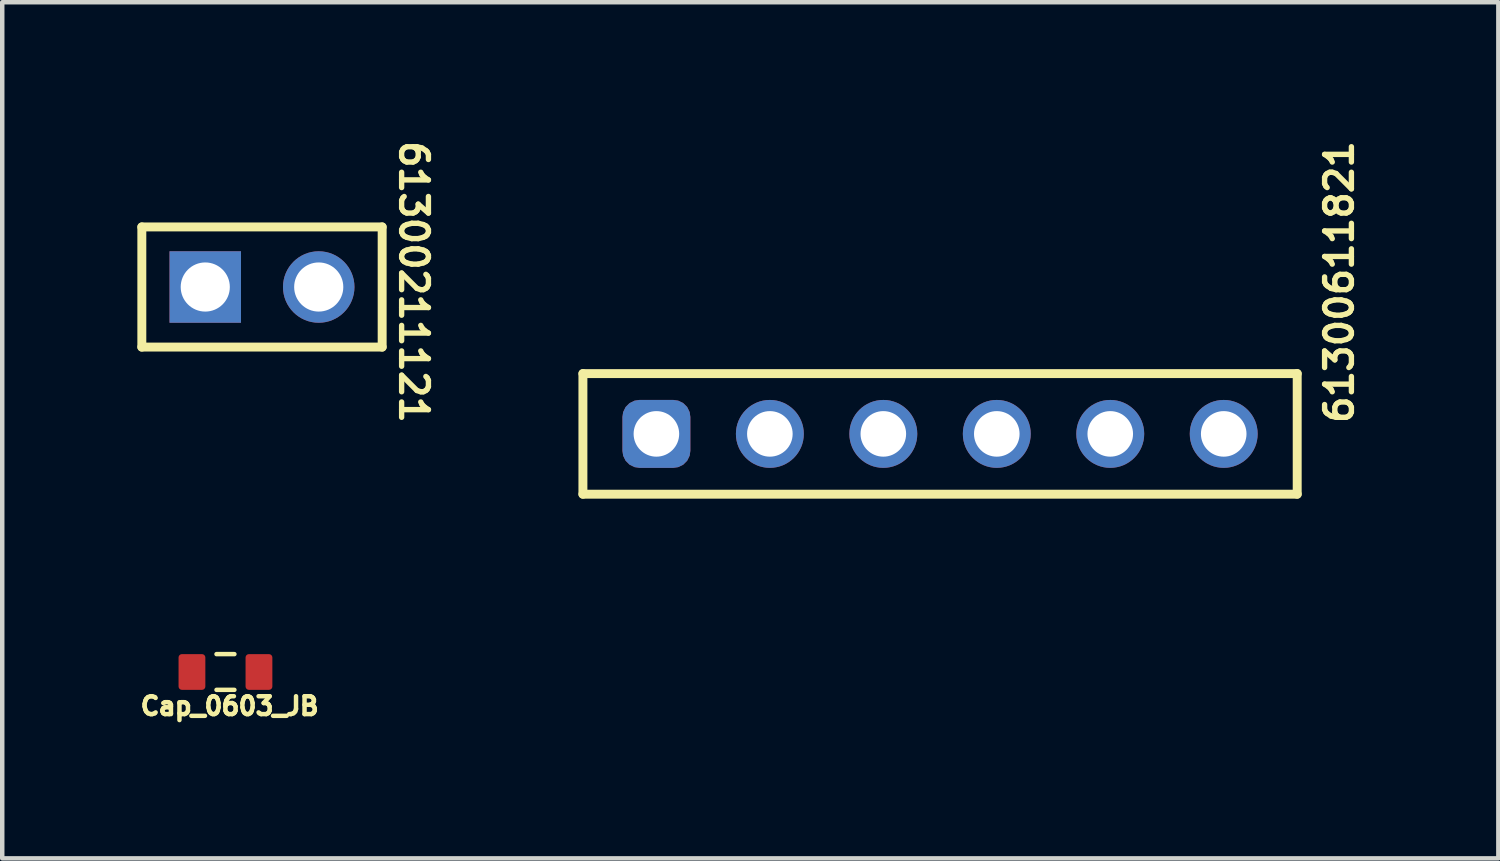
<source format=kicad_pcb>
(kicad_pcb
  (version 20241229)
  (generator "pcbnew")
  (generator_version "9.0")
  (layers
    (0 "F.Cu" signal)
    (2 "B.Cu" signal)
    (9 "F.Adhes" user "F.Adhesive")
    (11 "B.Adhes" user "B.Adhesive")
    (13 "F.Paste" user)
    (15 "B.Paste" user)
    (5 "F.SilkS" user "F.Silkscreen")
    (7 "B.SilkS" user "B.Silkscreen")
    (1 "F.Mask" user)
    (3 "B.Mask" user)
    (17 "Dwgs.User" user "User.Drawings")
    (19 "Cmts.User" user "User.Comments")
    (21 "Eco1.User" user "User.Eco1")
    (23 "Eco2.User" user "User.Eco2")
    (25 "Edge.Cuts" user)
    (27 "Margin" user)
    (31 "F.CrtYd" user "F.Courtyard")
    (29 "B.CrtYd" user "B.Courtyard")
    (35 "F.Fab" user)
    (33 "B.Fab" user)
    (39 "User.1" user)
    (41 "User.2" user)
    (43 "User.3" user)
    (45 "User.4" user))
  (footprint "Cap_0603_JB"
    (layer "F.Cu")
    (at 1.997 11.993)
    (property "Reference" "Cap_0603_JB" (at 0.094 0.763 0) (unlocked yes) (layer "F.SilkS") (effects (font (size 0.4 0.4) (thickness 0.1))))
    (fp_line (start -0.2 -0.4) (end 0.2 -0.4) (stroke (width 0.1) (type solid)) (layer "F.SilkS"))
    (fp_line (start -0.2 0.4) (end 0.2 0.4) (stroke (width 0.1) (type solid)) (layer "F.SilkS"))
    (fp_line (start -1.397 -0.73) (end 1.397 -0.73) (stroke (width 0.05) (type solid)) (layer "User.2"))
    (fp_line (start -1.397 0.73) (end -1.397 -0.73) (stroke (width 0.05) (type solid)) (layer "User.2"))
    (fp_line (start -1.397 0.73) (end 1.397 0.73) (stroke (width 0.05) (type solid)) (layer "User.2"))
    (fp_line (start 1.397 0.73) (end 1.397 -0.73) (stroke (width 0.05) (type solid)) (layer "User.2"))
    (fp_line (start -0.25 0) (end 0.25 0) (stroke (width 0.05) (type solid)) (layer "User.3"))
    (fp_line (start 0 0.25) (end 0 -0.25) (stroke (width 0.05) (type solid)) (layer "User.3"))
    (fp_poly (pts (xy -1.016 -0.381) (xy -0.508 -0.381) (xy -0.508 0.381) (xy -1.016 0.381)) (stroke (width 0.1) (type default)) (fill no) (layer "User.6"))
    (pad "1" smd roundrect (at -0.75 0 90) (size 0.8 0.6) (layers "F.Cu" "F.Mask" "F.Paste") (roundrect_rratio 0.125))
    (pad "2" smd roundrect (at 0.75 0 90) (size 0.8 0.6) (layers "F.Cu" "F.Mask" "F.Paste") (roundrect_rratio 0.125)))
  (footprint "61300611821"
    (layer "F.Cu")
    (at 17.994 6.663)
    (property "Reference" "61300611821" (at 8.937 -3.4 90) (unlocked yes) (layer "F.SilkS") (effects (font (size 0.6 0.6) (thickness 0.12))))
    (fp_line (start -7.995 -1.35) (end 7.995 -1.35) (stroke (width 0.2) (type solid)) (layer "F.SilkS"))
    (fp_line (start -7.995 1.35) (end -7.995 -1.35) (stroke (width 0.2) (type solid)) (layer "F.SilkS"))
    (fp_line (start -7.995 1.35) (end 7.995 1.35) (stroke (width 0.2) (type solid)) (layer "F.SilkS"))
    (fp_line (start 7.995 1.35) (end 7.995 -1.35) (stroke (width 0.2) (type solid)) (layer "F.SilkS"))
    (fp_line (start -8.195 -1.55) (end 8.195 -1.55) (stroke (width 0.05) (type solid)) (layer "User.2"))
    (fp_line (start -8.195 1.55) (end -8.195 -1.55) (stroke (width 0.05) (type solid)) (layer "User.2"))
    (fp_line (start -8.195 1.55) (end 8.195 1.55) (stroke (width 0.05) (type solid)) (layer "User.2"))
    (fp_line (start -0.5 0) (end 0.5 0) (stroke (width 0.05) (type solid)) (layer "User.2"))
    (fp_line (start 0 0.5) (end 0 -0.5) (stroke (width 0.05) (type solid)) (layer "User.2"))
    (fp_line (start 8.195 1.55) (end 8.195 -1.55) (stroke (width 0.05) (type solid)) (layer "User.2"))
    (fp_line (start -7.87 -1.25) (end 7.87 -1.25) (stroke (width 0.1) (type solid)) (layer "User.4"))
    (fp_line (start -7.87 1.25) (end -7.87 -1.25) (stroke (width 0.1) (type solid)) (layer "User.4"))
    (fp_line (start -7.87 1.25) (end 7.87 1.25) (stroke (width 0.1) (type solid)) (layer "User.4"))
    (fp_line (start 7.87 1.25) (end 7.87 -1.25) (stroke (width 0.1) (type solid)) (layer "User.4"))
    (fp_line (start -7.87 -1.25) (end 7.87 -1.25) (stroke (width 0.1) (type solid)) (layer "User.9"))
    (fp_line (start -7.87 1.25) (end -7.87 -1.25) (stroke (width 0.1) (type solid)) (layer "User.9"))
    (fp_line (start -7.87 1.25) (end 7.87 1.25) (stroke (width 0.1) (type solid)) (layer "User.9"))
    (fp_line (start 7.87 1.25) (end 7.87 -1.25) (stroke (width 0.1) (type solid)) (layer "User.9"))
    (fp_text user "${REFERENCE}" (at 0.15 0.053 0) (unlocked yes) (layer "User.9") (effects (font (size 1.5 1.5) (thickness 0.15))))
    (pad "1" thru_hole roundrect (at -6.35 0) (size 1.52 1.52) (drill 1.02) (layers "*.Cu" "*.Mask") (roundrect_rratio 0.25))
    (pad "2" thru_hole circle (at -3.81 0) (size 1.52 1.52) (drill 1.02) (layers "*.Cu" "*.Mask"))
    (pad "3" thru_hole circle (at -1.27 0) (size 1.52 1.52) (drill 1.02) (layers "*.Cu" "*.Mask"))
    (pad "4" thru_hole circle (at 1.27 0) (size 1.52 1.52) (drill 1.02) (layers "*.Cu" "*.Mask"))
    (pad "5" thru_hole circle (at 3.81 0) (size 1.52 1.52) (drill 1.02) (layers "*.Cu" "*.Mask"))
    (pad "6" thru_hole circle (at 6.35 0) (size 1.52 1.52) (drill 1.02) (layers "*.Cu" "*.Mask")))
  (footprint "61300211121"
    (layer "F.Cu")
    (at 2.815 3.375)
    (property "Reference" "61300211121" (at 3.397 -0.112 270) (unlocked yes) (layer "F.SilkS") (effects (font (size 0.6 0.6) (thickness 0.12))))
    (fp_line (start -2.69 -1.345) (end -2.69 1.345) (stroke (width 0.2) (type solid)) (layer "F.SilkS"))
    (fp_line (start 2.69 -1.345) (end -2.69 -1.345) (stroke (width 0.2) (type solid)) (layer "F.SilkS"))
    (fp_line (start 2.69 -1.345) (end 2.69 1.345) (stroke (width 0.2) (type solid)) (layer "F.SilkS"))
    (fp_line (start 2.69 1.345) (end -2.69 1.345) (stroke (width 0.2) (type solid)) (layer "F.SilkS"))
    (fp_line (start -2.79 -1.52) (end -2.79 1.52) (stroke (width 0.05) (type solid)) (layer "User.2"))
    (fp_line (start 2.79 -1.52) (end -2.79 -1.52) (stroke (width 0.05) (type solid)) (layer "User.2"))
    (fp_line (start 2.79 -1.52) (end 2.79 1.52) (stroke (width 0.05) (type solid)) (layer "User.2"))
    (fp_line (start 2.79 1.52) (end -2.79 1.52) (stroke (width 0.05) (type solid)) (layer "User.2"))
    (fp_line (start 0 -0.5) (end 0 0.5) (stroke (width 0.05) (type solid)) (layer "User.3"))
    (fp_line (start 0.5 0) (end -0.5 0) (stroke (width 0.05) (type solid)) (layer "User.3"))
    (fp_line (start -2.54 -1.27) (end -2.54 1.27) (stroke (width 0.1) (type solid)) (layer "User.4"))
    (fp_line (start 2.54 -1.27) (end -2.54 -1.27) (stroke (width 0.1) (type solid)) (layer "User.4"))
    (fp_line (start 2.54 -1.27) (end 2.54 1.27) (stroke (width 0.1) (type solid)) (layer "User.4"))
    (fp_line (start 2.54 1.27) (end -2.54 1.27) (stroke (width 0.1) (type solid)) (layer "User.4"))
    (pad "1" thru_hole rect (at -1.27 0) (size 1.6 1.6) (drill 1.1) (layers "*.Cu" "*.Mask"))
    (pad "2" thru_hole circle (at 1.27 0) (size 1.6 1.6) (drill 1.1) (layers "*.Cu" "*.Mask")))
  (gr_rect
    (start -3 -3)
    (end 30.492 16.165)
    (stroke (width 0.1) (type default))
    (fill no)
    (layer "Edge.Cuts")))
</source>
